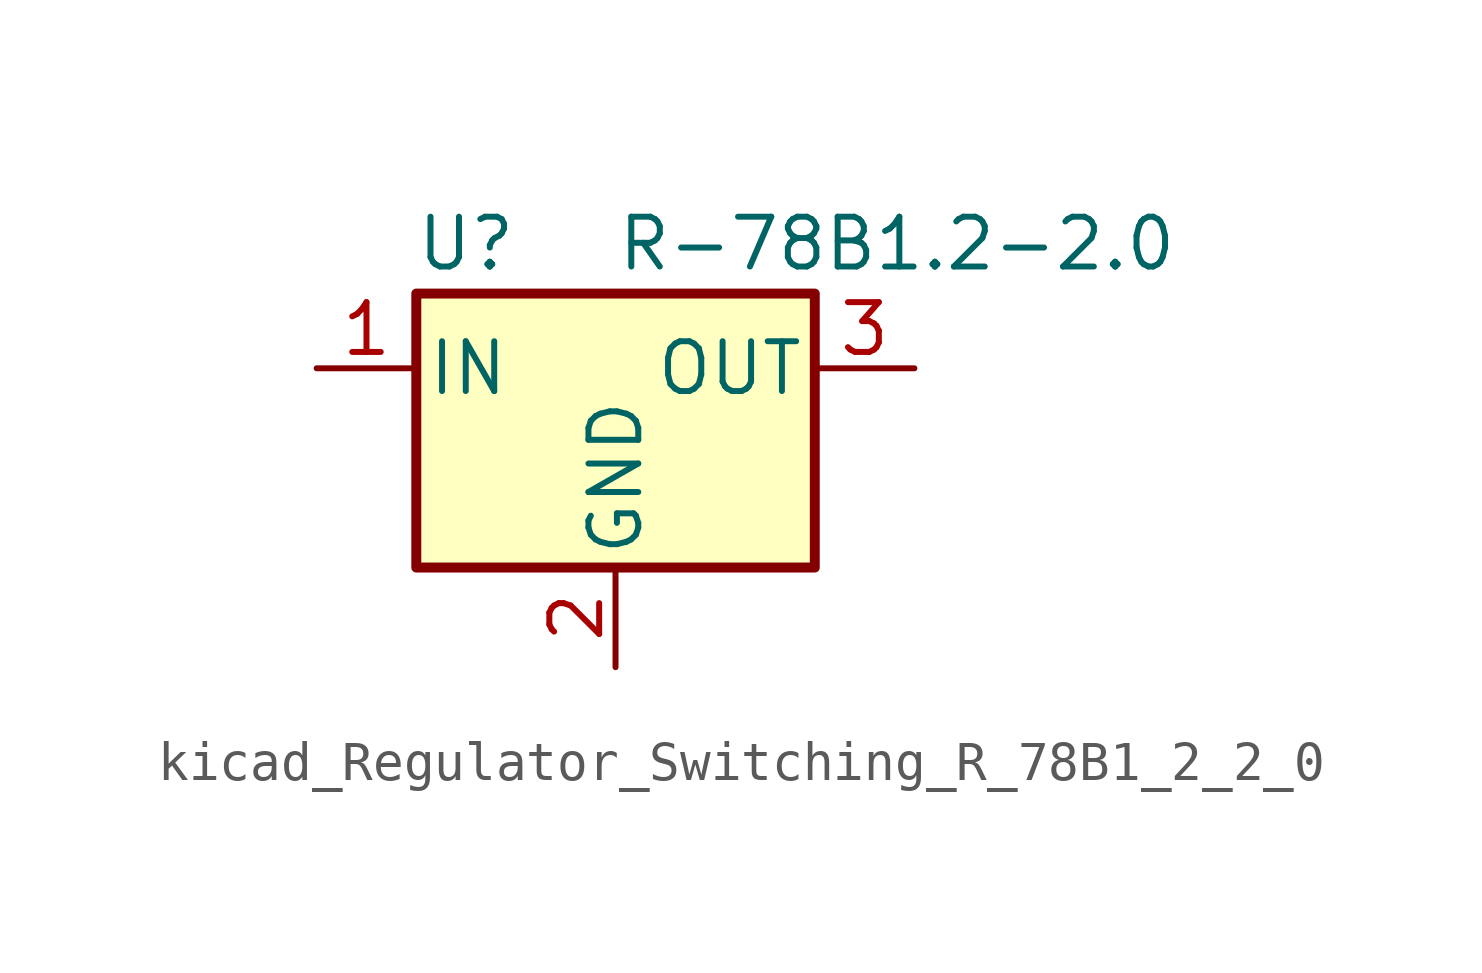
<source format=kicad_sym>
(kicad_symbol_lib
  (version 20220914)
  (generator kicad_symbol_editor)
  (symbol "kicad_Regulator_Switching_R_78B1_2_2_0"
    (pin_names
      (offset 0.254))
    (property "Reference" "U"
      (at -3.81 3.175 0)
      (effects (font (size 1.27 1.27))))
    (property "Value" "R-78B1.2-2.0"
      (at 0 3.175 0)
      (effects (font (size 1.27 1.27)) (justify left)))
    (symbol "kicad_Regulator_Switching_R_78B1_2_2_0_0_1"
      (rectangle (start -5.08 1.905) (end 5.08 -5.08) (stroke (width 0.254) (type default)) (fill (type background))))
    (symbol "kicad_Regulator_Switching_R_78B1_2_2_0_1_1"
      (pin power_in line (at -7.62 0 0) (length 2.54) (name "IN" (effects (font (size 1.27 1.27)))) (number "1" (effects (font (size 1.27 1.27)))))
      (pin power_in line (at 0 -7.62 90) (length 2.54) (name "GND" (effects (font (size 1.27 1.27)))) (number "2" (effects (font (size 1.27 1.27)))))
      (pin power_out line (at 7.62 0 180) (length 2.54) (name "OUT" (effects (font (size 1.27 1.27)))) (number "3" (effects (font (size 1.27 1.27))))))))
</source>
